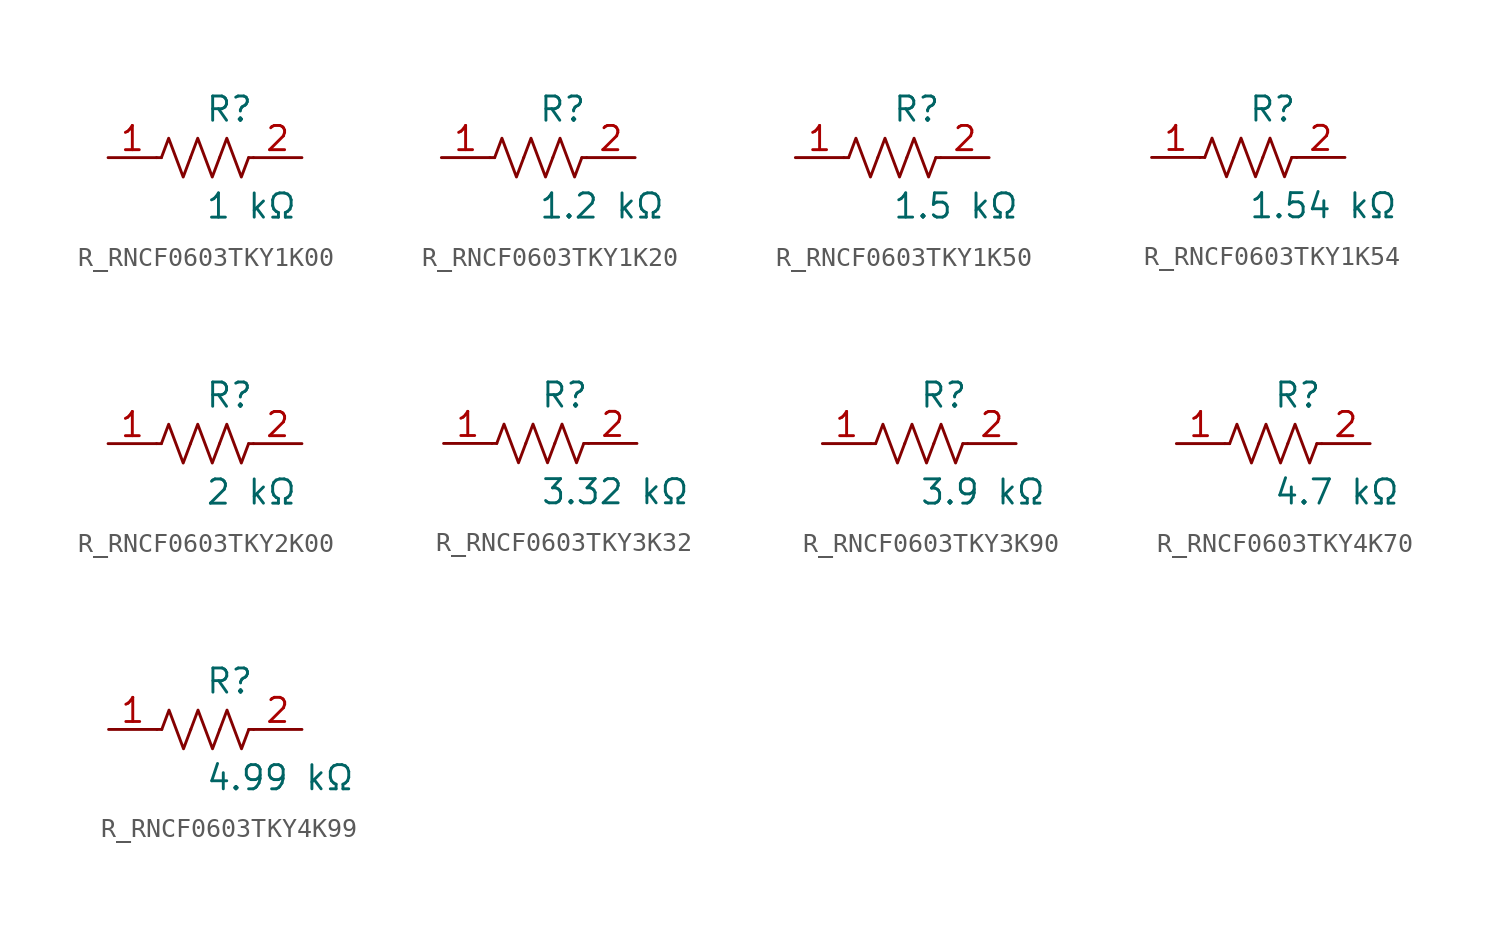
<source format=kicad_sym>
(kicad_symbol_lib
  (version 20231120)
  (generator kicad_symbol_editor)
  (generator_version 8.0)
  (symbol "R_RNCF0603TKY1K00"
    (pin_names
      (offset 0.254))
    (property "Reference" "R"
      (at 0 2.54 0)
      (effects (font (size 1.27 1.27)) (justify left)))
    (property "Value" "1 kΩ"
      (at 0 -2.54 0)
      (effects (font (size 1.27 1.27)) (justify left)))
    (symbol "R_RNCF0603TKY1K00_0_1"
      (polyline (pts (xy 2.286 0) (xy 2.54 0)) (stroke (width 0) (type default)) (fill (type none)))
      (polyline (pts (xy -2.286 0) (xy -2.54 0)) (stroke (width 0) (type default)) (fill (type none)))
      (polyline (pts (xy 0.762 0) (xy 1.143 1.016) (xy 1.524 0) (xy 1.905 -1.016) (xy 2.286 0)) (stroke (width 0) (type default)) (fill (type none)))
      (polyline (pts (xy -0.762 0) (xy -0.381 1.016) (xy 0 0) (xy 0.381 -1.016) (xy 0.762 0)) (stroke (width 0) (type default)) (fill (type none)))
      (polyline (pts (xy -2.286 0) (xy -1.905 1.016) (xy -1.524 0) (xy -1.143 -1.016) (xy -0.762 0)) (stroke (width 0) (type default)) (fill (type none))))
    (pin passive line
      (at -5.08 0 0)
      (length 2.54)
      (name "" (effects (font (size 1.27 1.27))))
      (number "1" (effects (font (size 1.27 1.27)))))
    (pin passive line
      (at 5.08 0 180)
      (length 2.54)
      (name "" (effects (font (size 1.27 1.27))))
      (number "2" (effects (font (size 1.27 1.27))))))
  (symbol "R_RNCF0603TKY1K20"
    (pin_names
      (offset 0.254))
    (property "Reference" "R"
      (at 0 2.54 0)
      (effects (font (size 1.27 1.27)) (justify left)))
    (property "Value" "1.2 kΩ"
      (at 0 -2.54 0)
      (effects (font (size 1.27 1.27)) (justify left)))
    (symbol "R_RNCF0603TKY1K20_0_1"
      (polyline (pts (xy 2.286 0) (xy 2.54 0)) (stroke (width 0) (type default)) (fill (type none)))
      (polyline (pts (xy -2.286 0) (xy -2.54 0)) (stroke (width 0) (type default)) (fill (type none)))
      (polyline (pts (xy 0.762 0) (xy 1.143 1.016) (xy 1.524 0) (xy 1.905 -1.016) (xy 2.286 0)) (stroke (width 0) (type default)) (fill (type none)))
      (polyline (pts (xy -0.762 0) (xy -0.381 1.016) (xy 0 0) (xy 0.381 -1.016) (xy 0.762 0)) (stroke (width 0) (type default)) (fill (type none)))
      (polyline (pts (xy -2.286 0) (xy -1.905 1.016) (xy -1.524 0) (xy -1.143 -1.016) (xy -0.762 0)) (stroke (width 0) (type default)) (fill (type none))))
    (pin passive line
      (at -5.08 0 0)
      (length 2.54)
      (name "" (effects (font (size 1.27 1.27))))
      (number "1" (effects (font (size 1.27 1.27)))))
    (pin passive line
      (at 5.08 0 180)
      (length 2.54)
      (name "" (effects (font (size 1.27 1.27))))
      (number "2" (effects (font (size 1.27 1.27))))))
  (symbol "R_RNCF0603TKY1K50"
    (pin_names
      (offset 0.254))
    (property "Reference" "R"
      (at 0 2.54 0)
      (effects (font (size 1.27 1.27)) (justify left)))
    (property "Value" "1.5 kΩ"
      (at 0 -2.54 0)
      (effects (font (size 1.27 1.27)) (justify left)))
    (symbol "R_RNCF0603TKY1K50_0_1"
      (polyline (pts (xy 2.286 0) (xy 2.54 0)) (stroke (width 0) (type default)) (fill (type none)))
      (polyline (pts (xy -2.286 0) (xy -2.54 0)) (stroke (width 0) (type default)) (fill (type none)))
      (polyline (pts (xy 0.762 0) (xy 1.143 1.016) (xy 1.524 0) (xy 1.905 -1.016) (xy 2.286 0)) (stroke (width 0) (type default)) (fill (type none)))
      (polyline (pts (xy -0.762 0) (xy -0.381 1.016) (xy 0 0) (xy 0.381 -1.016) (xy 0.762 0)) (stroke (width 0) (type default)) (fill (type none)))
      (polyline (pts (xy -2.286 0) (xy -1.905 1.016) (xy -1.524 0) (xy -1.143 -1.016) (xy -0.762 0)) (stroke (width 0) (type default)) (fill (type none))))
    (pin passive line
      (at -5.08 0 0)
      (length 2.54)
      (name "" (effects (font (size 1.27 1.27))))
      (number "1" (effects (font (size 1.27 1.27)))))
    (pin passive line
      (at 5.08 0 180)
      (length 2.54)
      (name "" (effects (font (size 1.27 1.27))))
      (number "2" (effects (font (size 1.27 1.27))))))
  (symbol "R_RNCF0603TKY1K54"
    (pin_names
      (offset 0.254))
    (property "Reference" "R"
      (at 0 2.54 0)
      (effects (font (size 1.27 1.27)) (justify left)))
    (property "Value" "1.54 kΩ"
      (at 0 -2.54 0)
      (effects (font (size 1.27 1.27)) (justify left)))
    (symbol "R_RNCF0603TKY1K54_0_1"
      (polyline (pts (xy 2.286 0) (xy 2.54 0)) (stroke (width 0) (type default)) (fill (type none)))
      (polyline (pts (xy -2.286 0) (xy -2.54 0)) (stroke (width 0) (type default)) (fill (type none)))
      (polyline (pts (xy 0.762 0) (xy 1.143 1.016) (xy 1.524 0) (xy 1.905 -1.016) (xy 2.286 0)) (stroke (width 0) (type default)) (fill (type none)))
      (polyline (pts (xy -0.762 0) (xy -0.381 1.016) (xy 0 0) (xy 0.381 -1.016) (xy 0.762 0)) (stroke (width 0) (type default)) (fill (type none)))
      (polyline (pts (xy -2.286 0) (xy -1.905 1.016) (xy -1.524 0) (xy -1.143 -1.016) (xy -0.762 0)) (stroke (width 0) (type default)) (fill (type none))))
    (pin passive line
      (at -5.08 0 0)
      (length 2.54)
      (name "" (effects (font (size 1.27 1.27))))
      (number "1" (effects (font (size 1.27 1.27)))))
    (pin passive line
      (at 5.08 0 180)
      (length 2.54)
      (name "" (effects (font (size 1.27 1.27))))
      (number "2" (effects (font (size 1.27 1.27))))))
  (symbol "R_RNCF0603TKY2K00"
    (pin_names
      (offset 0.254))
    (property "Reference" "R"
      (at 0 2.54 0)
      (effects (font (size 1.27 1.27)) (justify left)))
    (property "Value" "2 kΩ"
      (at 0 -2.54 0)
      (effects (font (size 1.27 1.27)) (justify left)))
    (symbol "R_RNCF0603TKY2K00_0_1"
      (polyline (pts (xy 2.286 0) (xy 2.54 0)) (stroke (width 0) (type default)) (fill (type none)))
      (polyline (pts (xy -2.286 0) (xy -2.54 0)) (stroke (width 0) (type default)) (fill (type none)))
      (polyline (pts (xy 0.762 0) (xy 1.143 1.016) (xy 1.524 0) (xy 1.905 -1.016) (xy 2.286 0)) (stroke (width 0) (type default)) (fill (type none)))
      (polyline (pts (xy -0.762 0) (xy -0.381 1.016) (xy 0 0) (xy 0.381 -1.016) (xy 0.762 0)) (stroke (width 0) (type default)) (fill (type none)))
      (polyline (pts (xy -2.286 0) (xy -1.905 1.016) (xy -1.524 0) (xy -1.143 -1.016) (xy -0.762 0)) (stroke (width 0) (type default)) (fill (type none))))
    (pin passive line
      (at -5.08 0 0)
      (length 2.54)
      (name "" (effects (font (size 1.27 1.27))))
      (number "1" (effects (font (size 1.27 1.27)))))
    (pin passive line
      (at 5.08 0 180)
      (length 2.54)
      (name "" (effects (font (size 1.27 1.27))))
      (number "2" (effects (font (size 1.27 1.27))))))
  (symbol "R_RNCF0603TKY3K32"
    (pin_names
      (offset 0.254))
    (property "Reference" "R"
      (at 0 2.54 0)
      (effects (font (size 1.27 1.27)) (justify left)))
    (property "Value" "3.32 kΩ"
      (at 0 -2.54 0)
      (effects (font (size 1.27 1.27)) (justify left)))
    (symbol "R_RNCF0603TKY3K32_0_1"
      (polyline (pts (xy 2.286 0) (xy 2.54 0)) (stroke (width 0) (type default)) (fill (type none)))
      (polyline (pts (xy -2.286 0) (xy -2.54 0)) (stroke (width 0) (type default)) (fill (type none)))
      (polyline (pts (xy 0.762 0) (xy 1.143 1.016) (xy 1.524 0) (xy 1.905 -1.016) (xy 2.286 0)) (stroke (width 0) (type default)) (fill (type none)))
      (polyline (pts (xy -0.762 0) (xy -0.381 1.016) (xy 0 0) (xy 0.381 -1.016) (xy 0.762 0)) (stroke (width 0) (type default)) (fill (type none)))
      (polyline (pts (xy -2.286 0) (xy -1.905 1.016) (xy -1.524 0) (xy -1.143 -1.016) (xy -0.762 0)) (stroke (width 0) (type default)) (fill (type none))))
    (pin passive line
      (at -5.08 0 0)
      (length 2.54)
      (name "" (effects (font (size 1.27 1.27))))
      (number "1" (effects (font (size 1.27 1.27)))))
    (pin passive line
      (at 5.08 0 180)
      (length 2.54)
      (name "" (effects (font (size 1.27 1.27))))
      (number "2" (effects (font (size 1.27 1.27))))))
  (symbol "R_RNCF0603TKY3K90"
    (pin_names
      (offset 0.254))
    (property "Reference" "R"
      (at 0 2.54 0)
      (effects (font (size 1.27 1.27)) (justify left)))
    (property "Value" "3.9 kΩ"
      (at 0 -2.54 0)
      (effects (font (size 1.27 1.27)) (justify left)))
    (symbol "R_RNCF0603TKY3K90_0_1"
      (polyline (pts (xy 2.286 0) (xy 2.54 0)) (stroke (width 0) (type default)) (fill (type none)))
      (polyline (pts (xy -2.286 0) (xy -2.54 0)) (stroke (width 0) (type default)) (fill (type none)))
      (polyline (pts (xy 0.762 0) (xy 1.143 1.016) (xy 1.524 0) (xy 1.905 -1.016) (xy 2.286 0)) (stroke (width 0) (type default)) (fill (type none)))
      (polyline (pts (xy -0.762 0) (xy -0.381 1.016) (xy 0 0) (xy 0.381 -1.016) (xy 0.762 0)) (stroke (width 0) (type default)) (fill (type none)))
      (polyline (pts (xy -2.286 0) (xy -1.905 1.016) (xy -1.524 0) (xy -1.143 -1.016) (xy -0.762 0)) (stroke (width 0) (type default)) (fill (type none))))
    (pin passive line
      (at -5.08 0 0)
      (length 2.54)
      (name "" (effects (font (size 1.27 1.27))))
      (number "1" (effects (font (size 1.27 1.27)))))
    (pin passive line
      (at 5.08 0 180)
      (length 2.54)
      (name "" (effects (font (size 1.27 1.27))))
      (number "2" (effects (font (size 1.27 1.27))))))
  (symbol "R_RNCF0603TKY4K70"
    (pin_names
      (offset 0.254))
    (property "Reference" "R"
      (at 0 2.54 0)
      (effects (font (size 1.27 1.27)) (justify left)))
    (property "Value" "4.7 kΩ"
      (at 0 -2.54 0)
      (effects (font (size 1.27 1.27)) (justify left)))
    (symbol "R_RNCF0603TKY4K70_0_1"
      (polyline (pts (xy 2.286 0) (xy 2.54 0)) (stroke (width 0) (type default)) (fill (type none)))
      (polyline (pts (xy -2.286 0) (xy -2.54 0)) (stroke (width 0) (type default)) (fill (type none)))
      (polyline (pts (xy 0.762 0) (xy 1.143 1.016) (xy 1.524 0) (xy 1.905 -1.016) (xy 2.286 0)) (stroke (width 0) (type default)) (fill (type none)))
      (polyline (pts (xy -0.762 0) (xy -0.381 1.016) (xy 0 0) (xy 0.381 -1.016) (xy 0.762 0)) (stroke (width 0) (type default)) (fill (type none)))
      (polyline (pts (xy -2.286 0) (xy -1.905 1.016) (xy -1.524 0) (xy -1.143 -1.016) (xy -0.762 0)) (stroke (width 0) (type default)) (fill (type none))))
    (pin passive line
      (at -5.08 0 0)
      (length 2.54)
      (name "" (effects (font (size 1.27 1.27))))
      (number "1" (effects (font (size 1.27 1.27)))))
    (pin passive line
      (at 5.08 0 180)
      (length 2.54)
      (name "" (effects (font (size 1.27 1.27))))
      (number "2" (effects (font (size 1.27 1.27))))))
  (symbol "R_RNCF0603TKY4K99"
    (pin_names
      (offset 0.254))
    (property "Reference" "R"
      (at 0 2.54 0)
      (effects (font (size 1.27 1.27)) (justify left)))
    (property "Value" "4.99 kΩ"
      (at 0 -2.54 0)
      (effects (font (size 1.27 1.27)) (justify left)))
    (symbol "R_RNCF0603TKY4K99_0_1"
      (polyline (pts (xy 2.286 0) (xy 2.54 0)) (stroke (width 0) (type default)) (fill (type none)))
      (polyline (pts (xy -2.286 0) (xy -2.54 0)) (stroke (width 0) (type default)) (fill (type none)))
      (polyline (pts (xy 0.762 0) (xy 1.143 1.016) (xy 1.524 0) (xy 1.905 -1.016) (xy 2.286 0)) (stroke (width 0) (type default)) (fill (type none)))
      (polyline (pts (xy -0.762 0) (xy -0.381 1.016) (xy 0 0) (xy 0.381 -1.016) (xy 0.762 0)) (stroke (width 0) (type default)) (fill (type none)))
      (polyline (pts (xy -2.286 0) (xy -1.905 1.016) (xy -1.524 0) (xy -1.143 -1.016) (xy -0.762 0)) (stroke (width 0) (type default)) (fill (type none))))
    (pin passive line
      (at -5.08 0 0)
      (length 2.54)
      (name "" (effects (font (size 1.27 1.27))))
      (number "1" (effects (font (size 1.27 1.27)))))
    (pin passive line
      (at 5.08 0 180)
      (length 2.54)
      (name "" (effects (font (size 1.27 1.27))))
      (number "2" (effects (font (size 1.27 1.27)))))))
</source>
